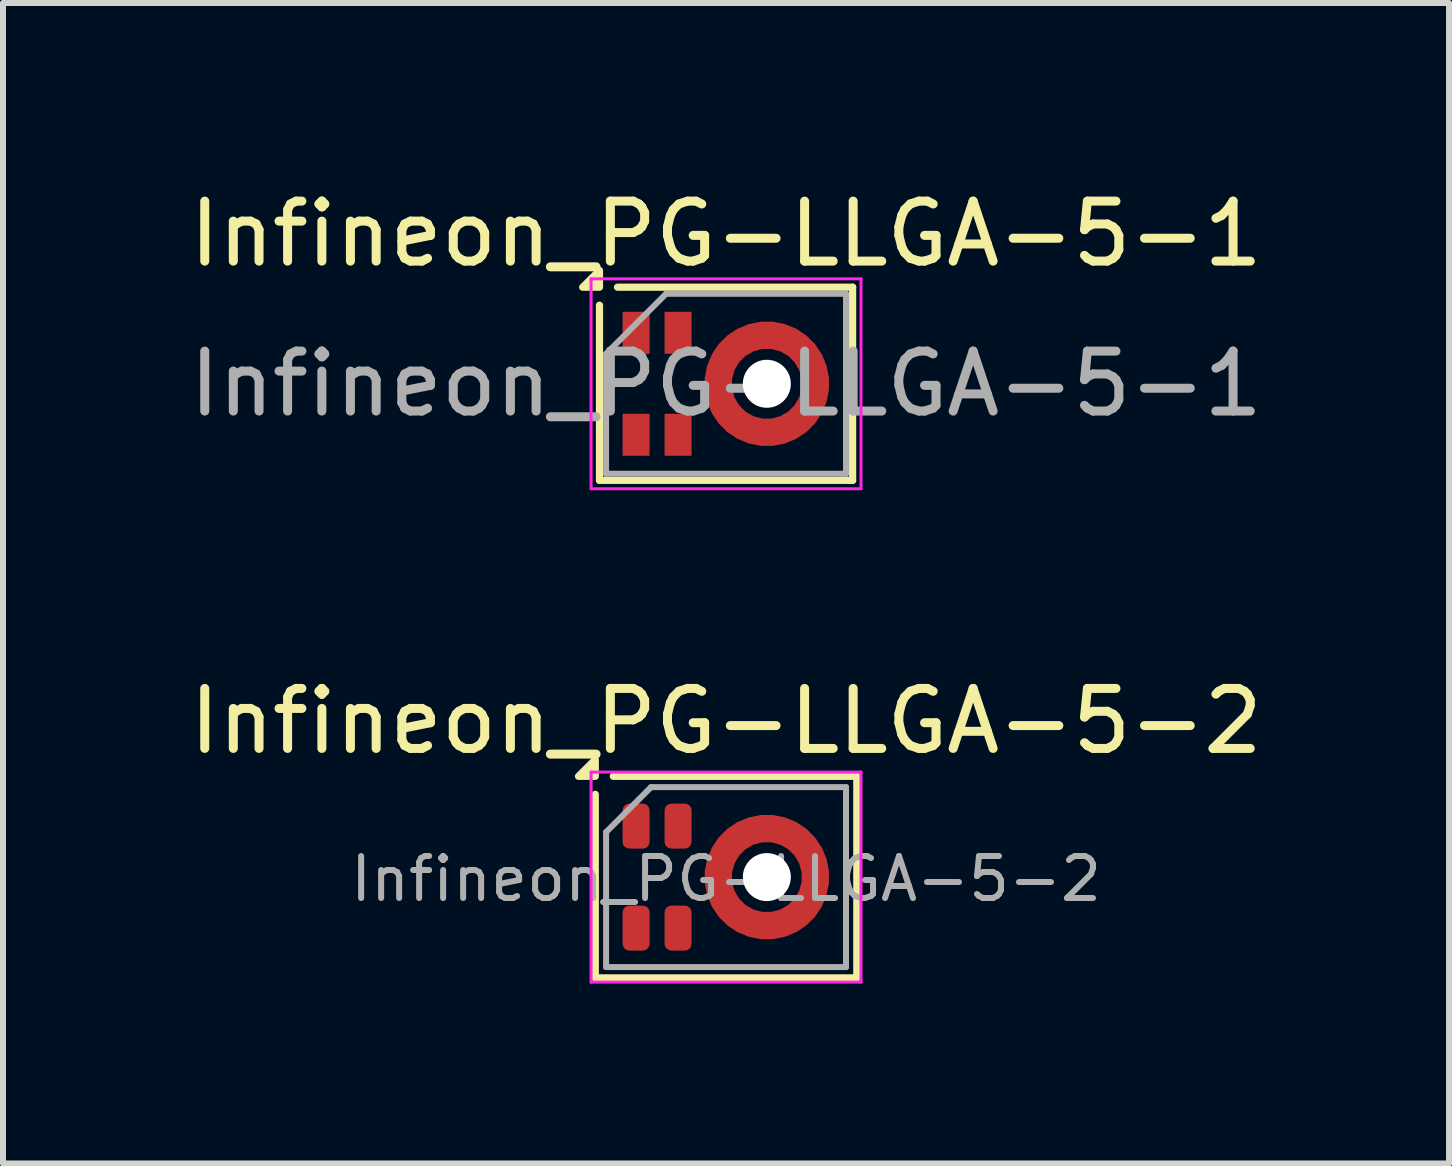
<source format=kicad_pcb>
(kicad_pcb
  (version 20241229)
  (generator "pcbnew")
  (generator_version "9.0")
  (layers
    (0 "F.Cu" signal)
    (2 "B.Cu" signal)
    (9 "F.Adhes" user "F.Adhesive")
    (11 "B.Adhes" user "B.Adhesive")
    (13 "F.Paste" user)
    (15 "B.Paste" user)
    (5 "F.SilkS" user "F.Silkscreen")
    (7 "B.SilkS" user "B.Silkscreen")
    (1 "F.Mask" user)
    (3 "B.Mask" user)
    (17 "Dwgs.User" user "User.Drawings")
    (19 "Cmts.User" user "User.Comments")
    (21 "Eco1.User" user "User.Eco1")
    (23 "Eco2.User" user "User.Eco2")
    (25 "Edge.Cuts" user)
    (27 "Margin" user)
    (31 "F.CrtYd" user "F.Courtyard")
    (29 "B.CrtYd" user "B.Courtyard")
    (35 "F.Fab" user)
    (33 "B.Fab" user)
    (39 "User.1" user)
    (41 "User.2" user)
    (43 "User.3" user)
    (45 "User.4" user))
  (footprint "Infineon_PG-LLGA-5-1"
    (layer "F.Cu")
    (at 9.054 3.348)
    (property "Reference" "Infineon_PG-LLGA-5-1" (at 0 -2.5 0) (layer "F.SilkS") (effects (font (size 1 1) (thickness 0.15))))
    (attr smd)
    (fp_line (start -2.11 1.61) (end -2.11 -1.31) (stroke (width 0.12) (type solid)) (layer "F.SilkS"))
    (fp_line (start -1.81 -1.61) (end 2.11 -1.61) (stroke (width 0.12) (type solid)) (layer "F.SilkS"))
    (fp_line (start 2.11 -1.61) (end 2.11 1.61) (stroke (width 0.12) (type solid)) (layer "F.SilkS"))
    (fp_line (start 2.11 1.61) (end -2.11 1.61) (stroke (width 0.12) (type solid)) (layer "F.SilkS"))
    (fp_poly (pts (xy -2.11 -1.61) (xy -2.39 -1.61) (xy -2.11 -1.89) (xy -2.11 -1.61)) (stroke (width 0.12) (type solid)) (fill yes) (layer "F.SilkS"))
    (fp_line (start -2.25 -1.75) (end 2.25 -1.75) (stroke (width 0.05) (type solid)) (layer "F.CrtYd"))
    (fp_line (start -2.25 1.75) (end -2.25 -1.75) (stroke (width 0.05) (type solid)) (layer "F.CrtYd"))
    (fp_line (start 2.25 -1.75) (end 2.25 1.75) (stroke (width 0.05) (type solid)) (layer "F.CrtYd"))
    (fp_line (start 2.25 1.75) (end -2.25 1.75) (stroke (width 0.05) (type solid)) (layer "F.CrtYd"))
    (fp_line (start -2 -0.5) (end -1 -1.5) (stroke (width 0.1) (type solid)) (layer "F.Fab"))
    (fp_line (start -2 1.5) (end -2 -0.5) (stroke (width 0.1) (type solid)) (layer "F.Fab"))
    (fp_line (start -1 -1.5) (end 2 -1.5) (stroke (width 0.1) (type solid)) (layer "F.Fab"))
    (fp_line (start 2 -1.5) (end 2 1.5) (stroke (width 0.1) (type solid)) (layer "F.Fab"))
    (fp_line (start 2 1.5) (end -2 1.5) (stroke (width 0.1) (type solid)) (layer "F.Fab"))
    (fp_text user "${REFERENCE}" (at 0 0 0) (layer "F.Fab") (effects (font (size 1 1) (thickness 0.15))))
    (pad "" smd custom (at -1.5 -0.725) (size 0.3 0.3) (layers "F.Paste") (options (anchor circle)) (primitives (gr_poly (pts (xy 0.077 -0.435) (xy 0.141 -0.391) (xy 0.185 -0.327) (xy 0.2 -0.25) (xy 0.2 0) (xy 0.185 0.077) (xy 0.141 0.141) (xy 0.077 0.185) (xy 0 0.2) (xy -0.077 0.185) (xy -0.141 0.141) (xy -0.185 0.077) (xy -0.2 0) (xy -0.2 -0.25) (xy -0.185 -0.327) (xy -0.141 -0.391) (xy -0.077 -0.435) (xy 0 -0.45)) (width 0) (fill yes))))
    (pad "" smd custom (at -1.5 0.725) (size 0.3 0.3) (layers "F.Paste") (options (anchor circle)) (primitives (gr_poly (pts (xy 0.077 -0.185) (xy 0.141 -0.141) (xy 0.185 -0.077) (xy 0.2 0) (xy 0.2 0.25) (xy 0.185 0.327) (xy 0.141 0.391) (xy 0.077 0.435) (xy 0 0.45) (xy -0.077 0.435) (xy -0.141 0.391) (xy -0.185 0.327) (xy -0.2 0.25) (xy -0.2 0) (xy -0.185 -0.077) (xy -0.141 -0.141) (xy -0.077 -0.185) (xy 0 -0.2)) (width 0) (fill yes))))
    (pad "" smd custom (at -0.8 -0.725) (size 0.3 0.3) (layers "F.Paste") (options (anchor circle)) (primitives (gr_poly (pts (xy 0.077 -0.435) (xy 0.141 -0.391) (xy 0.185 -0.327) (xy 0.2 -0.25) (xy 0.2 0) (xy 0.185 0.077) (xy 0.141 0.141) (xy 0.077 0.185) (xy 0 0.2) (xy -0.077 0.185) (xy -0.141 0.141) (xy -0.185 0.077) (xy -0.2 0) (xy -0.2 -0.25) (xy -0.185 -0.327) (xy -0.141 -0.391) (xy -0.077 -0.435) (xy 0 -0.45)) (width 0) (fill yes))))
    (pad "" smd custom (at -0.8 0.725) (size 0.3 0.3) (layers "F.Paste") (options (anchor circle)) (primitives (gr_poly (pts (xy 0.077 -0.185) (xy 0.141 -0.141) (xy 0.185 -0.077) (xy 0.2 0) (xy 0.2 0.25) (xy 0.185 0.327) (xy 0.141 0.391) (xy 0.077 0.435) (xy 0 0.45) (xy -0.077 0.435) (xy -0.141 0.391) (xy -0.185 0.327) (xy -0.2 0.25) (xy -0.2 0) (xy -0.185 -0.077) (xy -0.141 -0.141) (xy -0.077 -0.185) (xy 0 -0.2)) (width 0) (fill yes))))
    (pad "" smd custom (at -0.12 0) (size 0.3 0.3) (layers "F.Paste") (options (anchor circle)) (primitives (gr_poly (pts (xy 0.058 -0.359) (xy 0.129 -0.328) (xy 0.184 -0.273) (xy 0.213 -0.2) (xy 0.213 -0.122) (xy 0.2 0) (xy 0.213 0.122) (xy 0.213 0.2) (xy 0.184 0.273) (xy 0.129 0.328) (xy 0.058 0.359) (xy -0.02 0.36) (xy -0.093 0.33) (xy -0.149 0.276) (xy -0.179 0.204) (xy -0.198 0.068) (xy -0.198 -0.068) (xy -0.179 -0.204) (xy -0.149 -0.276) (xy -0.093 -0.33) (xy -0.02 -0.36)) (width 0) (fill yes))))
    (pad "" smd custom (at 0.28 -0.693) (size 0.3 0.3) (layers "F.Paste") (options (anchor circle)) (primitives (gr_poly (pts (xy 0.24 -0.246) (xy 0.301 -0.198) (xy 0.34 -0.13) (xy 0.349 -0.052) (xy 0.328 0.023) (xy 0.28 0.085) (xy 0.212 0.123) (xy 0.1 0.173) (xy 0.000409 0.245) (xy -0.067 0.285) (xy -0.144 0.296) (xy -0.22 0.276) (xy -0.282 0.229) (xy -0.322 0.162) (xy -0.332 0.085) (xy -0.313 0.009) (xy -0.266 -0.053) (xy -0.158 -0.137) (xy -0.04 -0.205) (xy 0.087 -0.257) (xy 0.164 -0.266)) (width 0) (fill yes))))
    (pad "" smd custom (at 0.28 0.693) (size 0.3 0.3) (layers "F.Paste") (options (anchor circle)) (primitives (gr_poly (pts (xy -0.067 -0.285) (xy 0.000389 -0.245) (xy 0.1 -0.173) (xy 0.212 -0.123) (xy 0.28 -0.085) (xy 0.328 -0.023) (xy 0.349 0.052) (xy 0.34 0.13) (xy 0.301 0.197) (xy 0.24 0.246) (xy 0.164 0.266) (xy 0.087 0.257) (xy -0.04 0.205) (xy -0.158 0.137) (xy -0.266 0.053) (xy -0.313 -0.009) (xy -0.332 -0.085) (xy -0.322 -0.162) (xy -0.282 -0.229) (xy -0.22 -0.276) (xy -0.144 -0.296)) (width 0) (fill yes))))
    (pad "" np_thru_hole circle (at 0.68 0) (size 0.8 0.8) (drill 0.8) (layers "*.Cu" "*.Mask"))
    (pad "" smd custom (at 1.08 -0.693) (size 0.3 0.3) (layers "F.Paste") (options (anchor circle)) (primitives (gr_poly (pts (xy -0.087 -0.257) (xy 0.04 -0.205) (xy 0.158 -0.137) (xy 0.266 -0.053) (xy 0.313 0.009) (xy 0.332 0.085) (xy 0.322 0.162) (xy 0.282 0.229) (xy 0.22 0.276) (xy 0.144 0.296) (xy 0.067 0.285) (xy -0.000409 0.245) (xy -0.1 0.173) (xy -0.212 0.123) (xy -0.28 0.085) (xy -0.328 0.023) (xy -0.349 -0.052) (xy -0.34 -0.13) (xy -0.301 -0.198) (xy -0.24 -0.246) (xy -0.164 -0.266)) (width 0) (fill yes))))
    (pad "" smd custom (at 1.08 0.693) (size 0.3 0.3) (layers "F.Paste") (options (anchor circle)) (primitives (gr_poly (pts (xy 0.22 -0.276) (xy 0.282 -0.229) (xy 0.322 -0.162) (xy 0.332 -0.085) (xy 0.313 -0.009) (xy 0.266 0.053) (xy 0.158 0.137) (xy 0.04 0.205) (xy -0.087 0.257) (xy -0.164 0.266) (xy -0.24 0.246) (xy -0.301 0.198) (xy -0.34 0.13) (xy -0.349 0.052) (xy -0.328 -0.023) (xy -0.28 -0.085) (xy -0.212 -0.123) (xy -0.1 -0.173) (xy -0.000411 -0.245) (xy 0.067 -0.285) (xy 0.144 -0.296)) (width 0) (fill yes))))
    (pad "" smd custom (at 1.48 0) (size 0.3 0.3) (layers "F.Paste") (options (anchor circle)) (primitives (gr_poly (pts (xy 0.093 -0.33) (xy 0.149 -0.276) (xy 0.179 -0.204) (xy 0.198 -0.068) (xy 0.198 0.068) (xy 0.179 0.204) (xy 0.149 0.276) (xy 0.093 0.33) (xy 0.02 0.36) (xy -0.058 0.359) (xy -0.129 0.328) (xy -0.184 0.273) (xy -0.213 0.2) (xy -0.213 0.122) (xy -0.2 0) (xy -0.213 -0.122) (xy -0.213 -0.2) (xy -0.184 -0.273) (xy -0.129 -0.328) (xy -0.058 -0.359) (xy 0.02 -0.36)) (width 0) (fill yes))))
    (pad "1" smd rect (at -1.5 -0.85) (size 0.45 0.7) (layers "F.Cu" "F.Mask"))
    (pad "2" smd rect (at -0.8 -0.85) (size 0.45 0.7) (layers "F.Cu" "F.Mask"))
    (pad "3" smd rect (at -1.5 0.85) (size 0.45 0.7) (layers "F.Cu" "F.Mask"))
    (pad "4" smd rect (at -0.8 0.85) (size 0.45 0.7) (layers "F.Cu" "F.Mask"))
    (pad "5" smd custom (at 0.68 -0.81) (size 0.4 0.4) (layers "F.Cu" "F.Mask") (options (anchor circle)) (primitives (gr_circle (center 0 0.81) (end 0.81 0.81) (width 0.46) (fill no)))))
  (footprint "Infineon_PG-LLGA-5-2"
    (layer "F.Cu")
    (at 9.054 11.572)
    (property "Reference" "Infineon_PG-LLGA-5-2" (at 0 -2.6 0) (layer "F.SilkS") (effects (font (size 1 1) (thickness 0.15))))
    (attr smd)
    (fp_line (start -2.18 -1.38) (end -2.18 1.68) (stroke (width 0.12) (type solid)) (layer "F.SilkS"))
    (fp_line (start -2.18 1.68) (end 2.18 1.68) (stroke (width 0.12) (type solid)) (layer "F.SilkS"))
    (fp_line (start -1.88 -1.68) (end 2.18 -1.68) (stroke (width 0.12) (type solid)) (layer "F.SilkS"))
    (fp_line (start 2.18 -1.68) (end 2.18 1.68) (stroke (width 0.12) (type solid)) (layer "F.SilkS"))
    (fp_poly (pts (xy -2.18 -1.68) (xy -2.46 -1.68) (xy -2.18 -1.96) (xy -2.18 -1.68)) (stroke (width 0.12) (type solid)) (fill yes) (layer "F.SilkS"))
    (fp_line (start -1.5 -0.75) (end -1.5 -0.95) (stroke (width 0.4) (type default)) (layer "F.Paste"))
    (fp_line (start -1.5 0.95) (end -1.5 0.75) (stroke (width 0.4) (type default)) (layer "F.Paste"))
    (fp_line (start -0.8 -0.75) (end -0.8 -0.95) (stroke (width 0.4) (type default)) (layer "F.Paste"))
    (fp_line (start -0.8 0.95) (end -0.8 0.75) (stroke (width 0.4) (type default)) (layer "F.Paste"))
    (fp_arc (start -0.103446 0.161902) (mid -0.12 0) (end -0.103446 -0.161902) (stroke (width 0.4) (type solid)) (layer "F.Paste"))
    (fp_arc (start 0.148065 -0.597533) (mid 0.28 -0.692821) (end 0.428489 -0.759435) (stroke (width 0.4) (type solid)) (layer "F.Paste"))
    (fp_arc (start 0.428489 0.759435) (mid 0.28 0.69282) (end 0.148065 0.597533) (stroke (width 0.4) (type solid)) (layer "F.Paste"))
    (fp_arc (start 0.931511 -0.759435) (mid 1.08 -0.69282) (end 1.211935 -0.597533) (stroke (width 0.4) (type solid)) (layer "F.Paste"))
    (fp_arc (start 1.211935 0.597533) (mid 1.08 0.69282) (end 0.931511 0.759435) (stroke (width 0.4) (type solid)) (layer "F.Paste"))
    (fp_arc (start 1.463446 -0.161902) (mid 1.48 0) (end 1.463446 0.161902) (stroke (width 0.4) (type solid)) (layer "F.Paste"))
    (fp_line (start -2.25 -1.75) (end 2.25 -1.75) (stroke (width 0.05) (type solid)) (layer "F.CrtYd"))
    (fp_line (start -2.25 1.75) (end -2.25 -1.75) (stroke (width 0.05) (type solid)) (layer "F.CrtYd"))
    (fp_line (start 2.25 -1.75) (end 2.25 1.75) (stroke (width 0.05) (type solid)) (layer "F.CrtYd"))
    (fp_line (start 2.25 1.75) (end -2.25 1.75) (stroke (width 0.05) (type solid)) (layer "F.CrtYd"))
    (fp_line (start -2 -0.75) (end -1.25 -1.5) (stroke (width 0.1) (type solid)) (layer "F.Fab"))
    (fp_line (start -2 1.5) (end -2 -0.75) (stroke (width 0.1) (type solid)) (layer "F.Fab"))
    (fp_line (start -2 1.5) (end 2 1.5) (stroke (width 0.1) (type solid)) (layer "F.Fab"))
    (fp_line (start 2 -1.5) (end -1.25 -1.5) (stroke (width 0.1) (type solid)) (layer "F.Fab"))
    (fp_line (start 2 1.5) (end 2 -1.5) (stroke (width 0.1) (type solid)) (layer "F.Fab"))
    (fp_text user "${REFERENCE}" (at 0 0.03 0) (layer "F.Fab") (effects (font (size 0.7 0.7) (thickness 0.1))))
    (pad "" np_thru_hole circle (at 0.68 0 90) (size 0.8 0.8) (drill 0.8) (layers "*.Cu" "*.Mask"))
    (pad "1" smd roundrect (at -1.5 -0.85 270) (size 0.75 0.45) (layers "F.Cu" "F.Mask") (roundrect_rratio 0.25))
    (pad "2" smd roundrect (at -0.8 -0.85 270) (size 0.75 0.45) (layers "F.Cu" "F.Mask") (roundrect_rratio 0.25))
    (pad "3" smd roundrect (at -1.5 0.85 270) (size 0.75 0.45) (layers "F.Cu" "F.Mask") (roundrect_rratio 0.25))
    (pad "4" smd roundrect (at -0.8 0.85 270) (size 0.75 0.45) (layers "F.Cu" "F.Mask") (roundrect_rratio 0.25))
    (pad "5" smd custom (at -0.13 0 270) (size 0.46 0.46) (layers "F.Cu" "F.Mask") (options (anchor circle)) (primitives (gr_circle (center 0 -0.81) (end 0.81 -0.81) (width 0.46) (fill no)))))
  (gr_rect
    (start -3 -3)
    (end 21.107 16.346)
    (stroke (width 0.1) (type default))
    (fill no)
    (layer "Edge.Cuts")))
</source>
